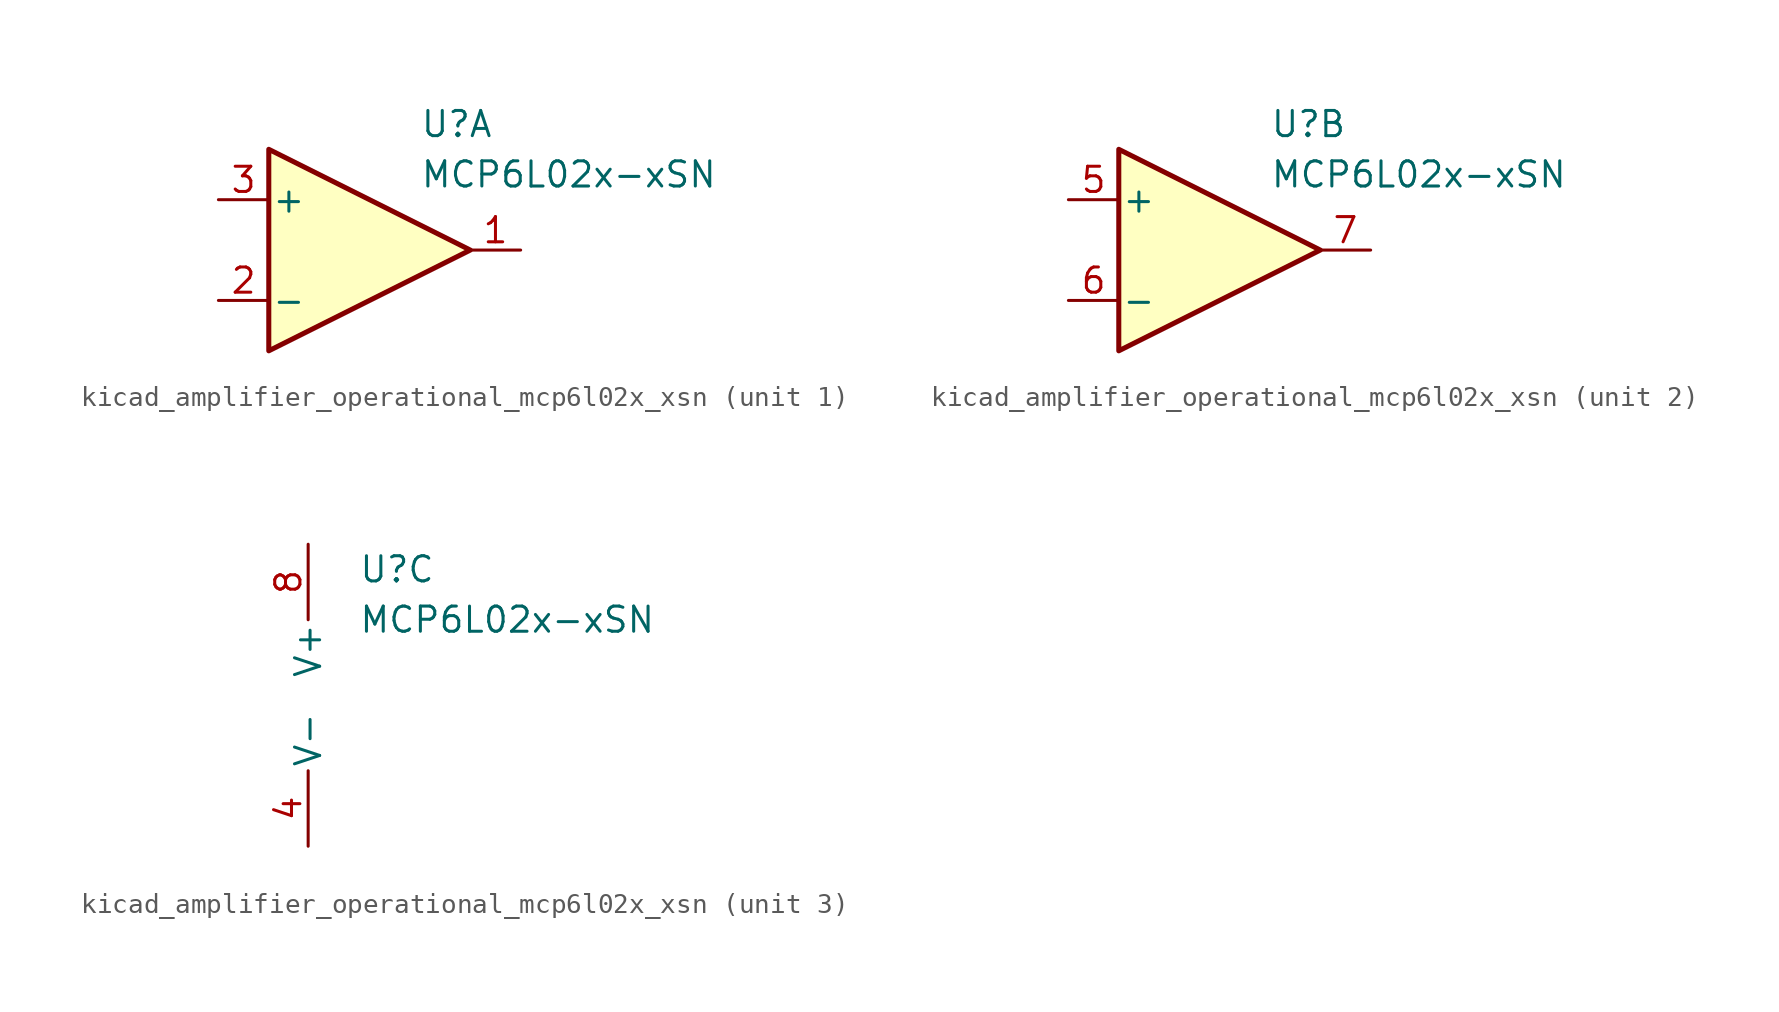
<source format=kicad_sym>
(kicad_symbol_lib
  (version 20220914)
  (generator kicad_symbol_editor)
  (symbol "kicad_amplifier_operational_mcp6l02x_xsn"
    (pin_names
      (offset 0.127))
    (property "Reference" "U"
      (at 2.54 6.35 0)
      (effects (font (size 1.27 1.27)) (justify left)))
    (property "Value" "MCP6L02x-xSN"
      (at 2.54 3.81 0)
      (effects (font (size 1.27 1.27)) (justify left)))
    (property "ki_locked" ""
      (at 0 0 0)
      (effects (font (size 1.27 1.27))))
    (symbol "kicad_amplifier_operational_mcp6l02x_xsn_1_1"
      (polyline (pts (xy 5.08 0) (xy -5.08 5.08) (xy -5.08 -5.08) (xy 5.08 0)) (stroke (width 0.254) (type default)) (fill (type background)))
      (pin output line (at 7.62 0 180) (length 2.54) (name "~" (effects (font (size 1.27 1.27)))) (number "1" (effects (font (size 1.27 1.27)))))
      (pin input line (at -7.62 -2.54 0) (length 2.54) (name "-" (effects (font (size 1.27 1.27)))) (number "2" (effects (font (size 1.27 1.27)))))
      (pin input line (at -7.62 2.54 0) (length 2.54) (name "+" (effects (font (size 1.27 1.27)))) (number "3" (effects (font (size 1.27 1.27))))))
    (symbol "kicad_amplifier_operational_mcp6l02x_xsn_2_1"
      (polyline (pts (xy 5.08 0) (xy -5.08 5.08) (xy -5.08 -5.08) (xy 5.08 0)) (stroke (width 0.254) (type default)) (fill (type background)))
      (pin input line (at -7.62 2.54 0) (length 2.54) (name "+" (effects (font (size 1.27 1.27)))) (number "5" (effects (font (size 1.27 1.27)))))
      (pin input line (at -7.62 -2.54 0) (length 2.54) (name "-" (effects (font (size 1.27 1.27)))) (number "6" (effects (font (size 1.27 1.27)))))
      (pin output line (at 7.62 0 180) (length 2.54) (name "~" (effects (font (size 1.27 1.27)))) (number "7" (effects (font (size 1.27 1.27))))))
    (symbol "kicad_amplifier_operational_mcp6l02x_xsn_3_1"
      (pin power_in line (at 0 -7.62 90) (length 3.81) (name "V-" (effects (font (size 1.27 1.27)))) (number "4" (effects (font (size 1.27 1.27)))))
      (pin power_in line (at 0 7.62 270) (length 3.81) (name "V+" (effects (font (size 1.27 1.27)))) (number "8" (effects (font (size 1.27 1.27))))))))
</source>
